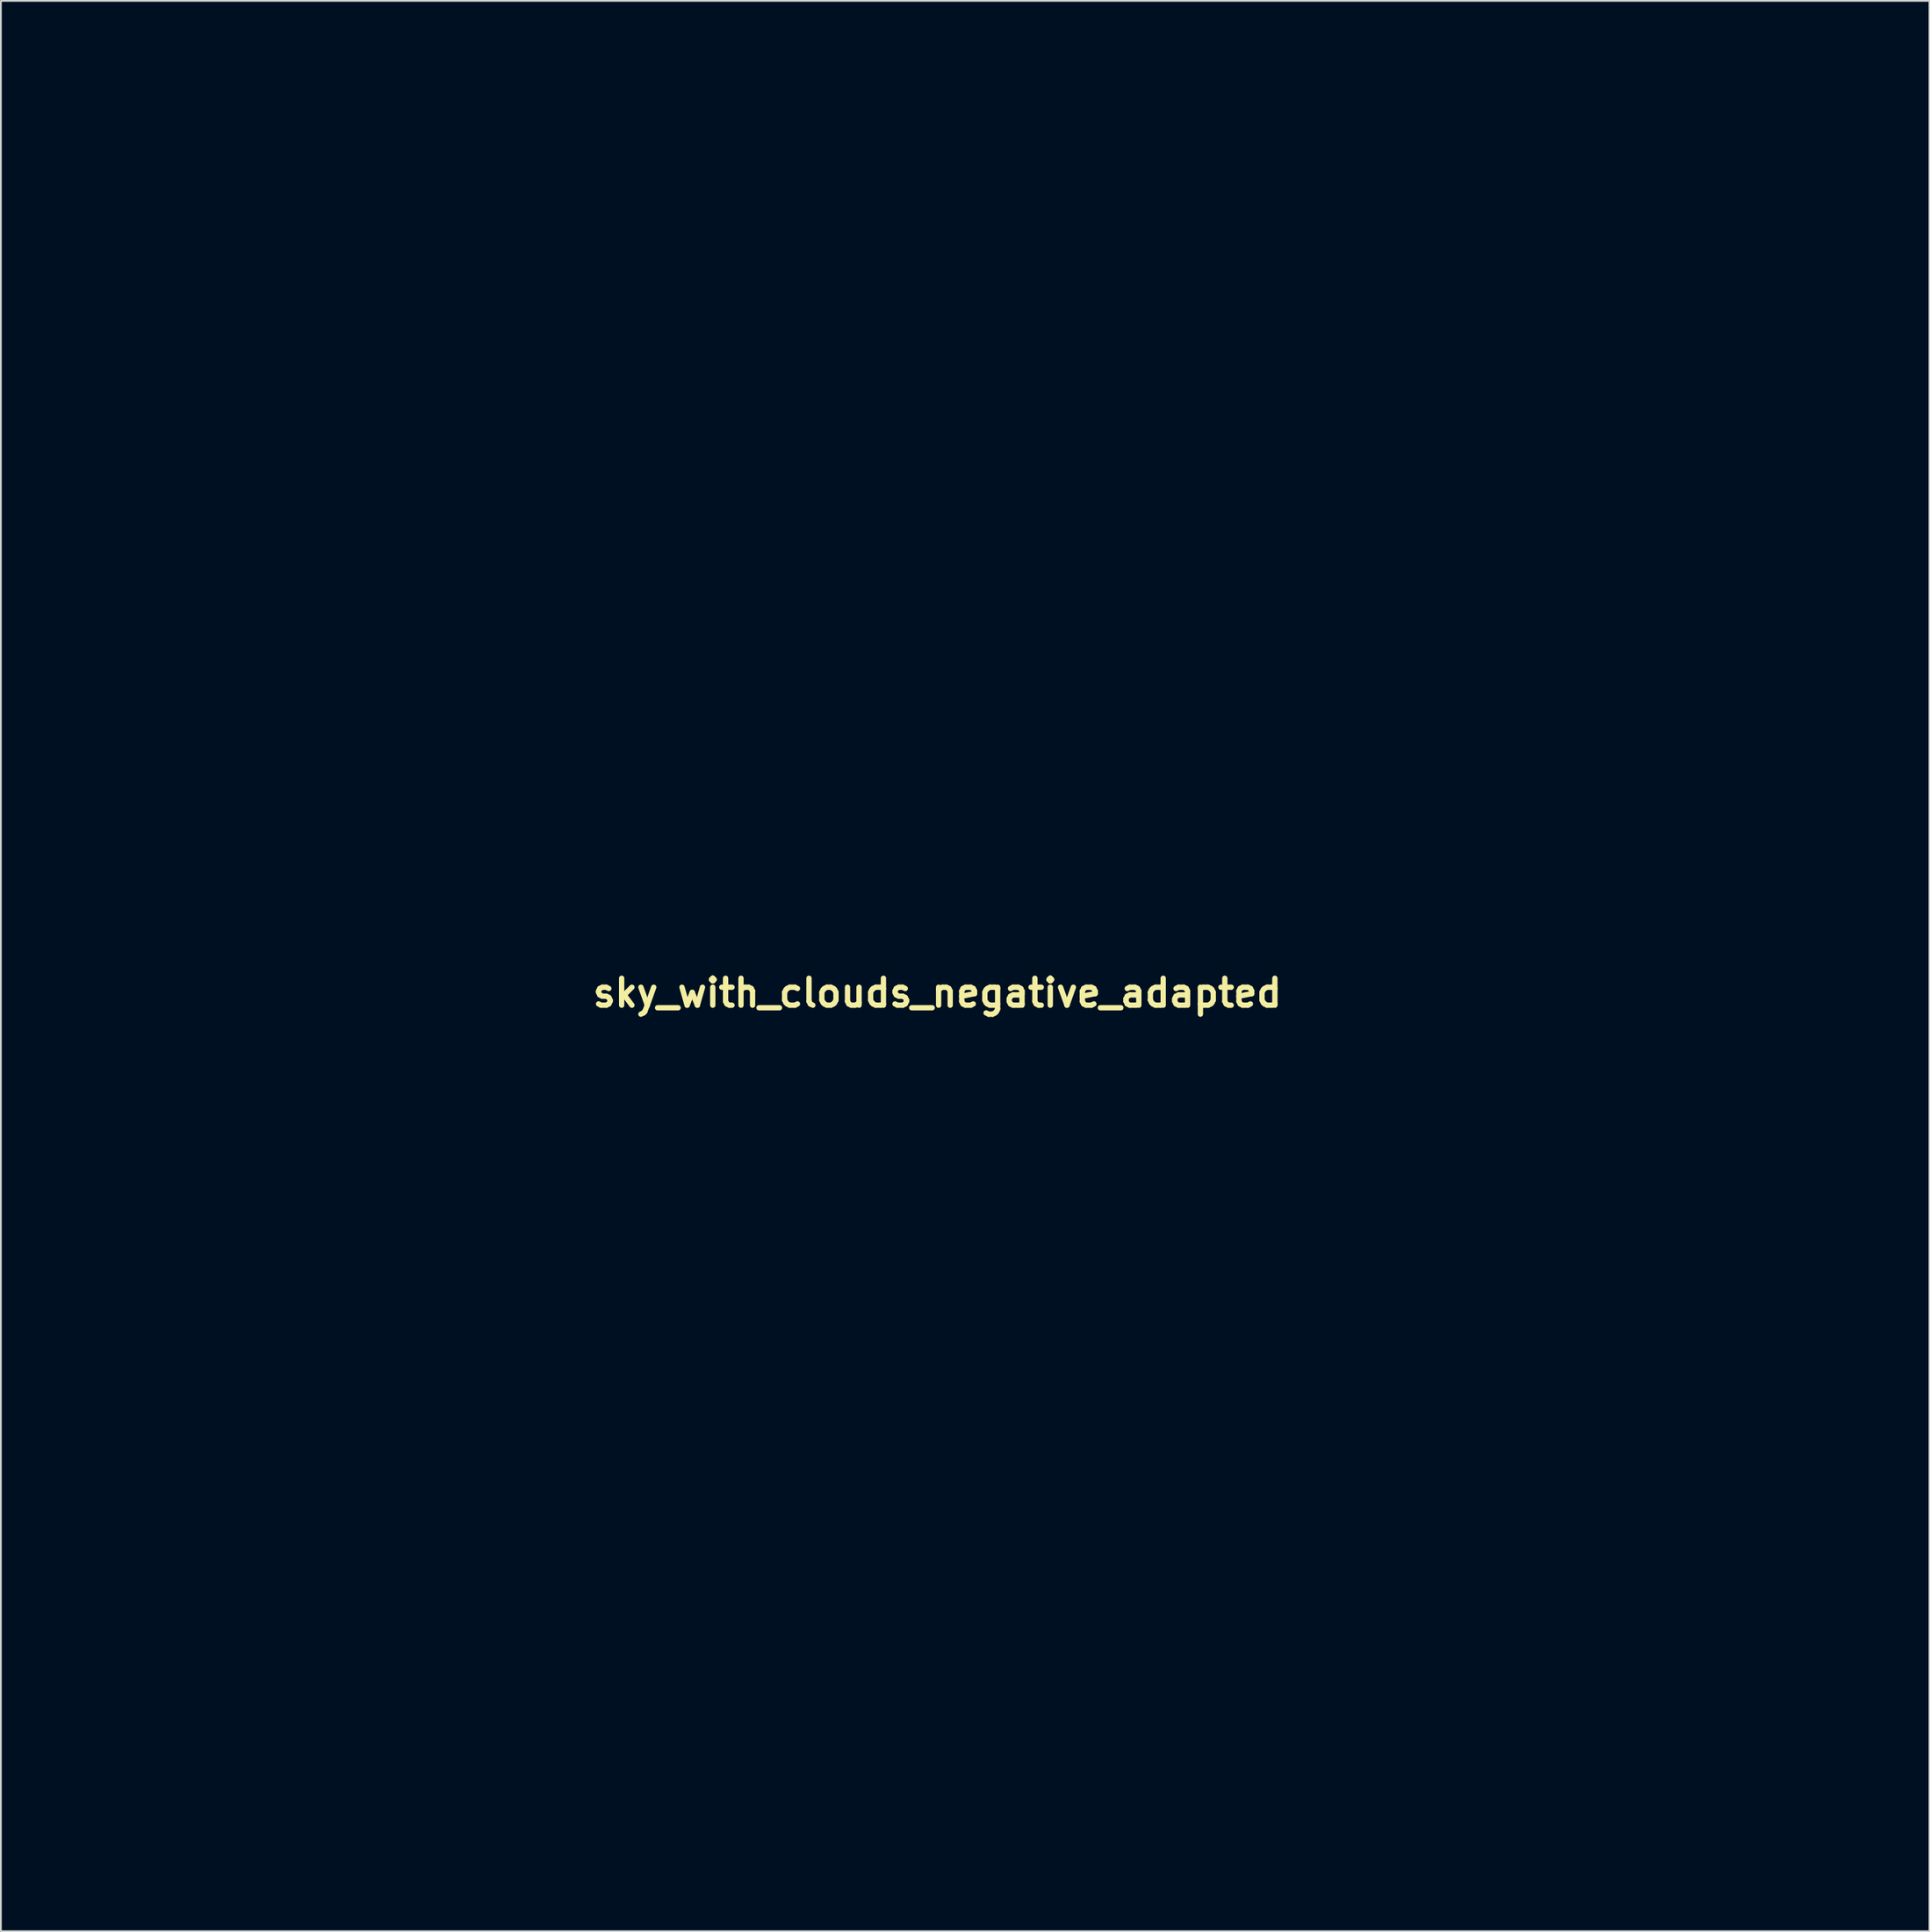
<source format=kicad_pcb>
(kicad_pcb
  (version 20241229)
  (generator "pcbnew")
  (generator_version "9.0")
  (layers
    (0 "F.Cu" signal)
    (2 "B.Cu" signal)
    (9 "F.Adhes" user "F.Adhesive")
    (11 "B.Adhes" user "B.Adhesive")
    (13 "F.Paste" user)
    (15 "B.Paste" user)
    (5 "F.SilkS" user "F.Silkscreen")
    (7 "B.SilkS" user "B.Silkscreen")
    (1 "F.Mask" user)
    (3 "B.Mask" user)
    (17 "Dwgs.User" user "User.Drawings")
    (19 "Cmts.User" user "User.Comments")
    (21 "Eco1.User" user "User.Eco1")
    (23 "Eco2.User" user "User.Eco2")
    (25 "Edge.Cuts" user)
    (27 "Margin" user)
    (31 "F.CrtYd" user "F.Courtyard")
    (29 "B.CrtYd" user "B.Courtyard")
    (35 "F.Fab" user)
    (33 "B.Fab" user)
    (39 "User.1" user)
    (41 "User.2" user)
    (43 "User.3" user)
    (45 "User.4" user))
  (footprint "sky_with_clouds_negative_adapted"
    (layer "F.Cu")
    (at 49.958 53.09)
    (property "Reference" "sky_with_clouds_negative_adapted" (at 0 0 0) (layer "F.SilkS") (effects (font (size 1.524 1.524) (thickness 0.3))))
    (attr through_hole)
    (fp_poly (pts (xy 49.456 49.579) (xy 49.763 49.614) (xy 49.938 49.654) (xy 50.017 49.714) (xy 50.038 49.812) (xy 50.038 49.837) (xy 50.038 50.038) (xy 48.895 50.038) (xy 48.437 50.032) (xy 48.078 50.016) (xy 47.843 49.991) (xy 47.752 49.958) (xy 47.752 49.956) (xy 47.831 49.838) (xy 48.043 49.732) (xy 48.353 49.646) (xy 48.725 49.588) (xy 49.124 49.565) (xy 49.456 49.579)) (stroke (width 0.01) (type solid)) (fill yes) (layer "F.Mask"))
    (fp_poly (pts (xy -49.636 -1.4) (xy -49.046 -1.216) (xy -48.507 -0.905) (xy -48.053 -0.495) (xy -47.721 -0.011) (xy -47.667 0.104) (xy -47.562 0.389) (xy -47.512 0.658) (xy -47.508 0.986) (xy -47.518 1.161) (xy -47.529 1.459) (xy -47.524 1.678) (xy -47.503 1.776) (xy -47.498 1.778) (xy -47.404 1.722) (xy -47.286 1.609) (xy -47.058 1.462) (xy -46.793 1.47) (xy -46.502 1.627) (xy -46.197 1.925) (xy -45.891 2.358) (xy -45.87 2.394) (xy -45.68 2.732) (xy -45.567 2.999) (xy -45.509 3.261) (xy -45.486 3.551) (xy -45.525 4.095) (xy -45.695 4.537) (xy -45.989 4.869) (xy -46.399 5.084) (xy -46.805 5.164) (xy -47.286 5.207) (xy -47.286 5.6) (xy -47.341 5.969) (xy -47.52 6.251) (xy -47.844 6.481) (xy -47.863 6.491) (xy -48.091 6.576) (xy -48.43 6.667) (xy -48.825 6.751) (xy -49.219 6.817) (xy -49.554 6.854) (xy -49.664 6.858) (xy -49.953 6.858) (xy -49.953 -1.458) (xy -49.636 -1.4)) (stroke (width 0.01) (type solid)) (fill yes) (layer "F.Mask"))
    (fp_poly (pts (xy 44.22 47.316) (xy 44.618 47.456) (xy 45.1 47.707) (xy 45.636 48.051) (xy 46.199 48.471) (xy 46.62 48.823) (xy 46.884 49.061) (xy 47.045 49.231) (xy 47.126 49.374) (xy 47.156 49.53) (xy 47.159 49.667) (xy 47.159 50.038) (xy 42.206 50.038) (xy 41.167 50.038) (xy 40.285 50.037) (xy 39.546 50.036) (xy 38.938 50.033) (xy 38.448 50.028) (xy 38.064 50.021) (xy 37.773 50.012) (xy 37.561 49.999) (xy 37.417 49.983) (xy 37.326 49.962) (xy 37.277 49.937) (xy 37.257 49.908) (xy 37.253 49.872) (xy 37.253 49.866) (xy 37.3 49.657) (xy 37.425 49.359) (xy 37.604 49.02) (xy 37.813 48.687) (xy 37.976 48.466) (xy 38.339 48.113) (xy 38.773 47.841) (xy 39.239 47.663) (xy 39.7 47.591) (xy 40.117 47.637) (xy 40.295 47.707) (xy 40.473 47.823) (xy 40.578 47.973) (xy 40.63 48.202) (xy 40.647 48.542) (xy 40.654 48.788) (xy 40.671 48.885) (xy 40.709 48.851) (xy 40.753 48.759) (xy 40.861 48.574) (xy 41.036 48.324) (xy 41.184 48.134) (xy 41.635 47.715) (xy 42.187 47.42) (xy 42.821 47.252) (xy 43.517 47.218) (xy 44.22 47.316)) (stroke (width 0.01) (type solid)) (fill yes) (layer "F.Mask"))
    (fp_poly (pts (xy 13.883 -49.952) (xy 14.862 -49.949) (xy 15.683 -49.943) (xy 16.355 -49.935) (xy 16.883 -49.924) (xy 17.274 -49.911) (xy 17.535 -49.894) (xy 17.671 -49.875) (xy 17.695 -49.861) (xy 17.633 -49.676) (xy 17.465 -49.422) (xy 17.222 -49.131) (xy 16.933 -48.835) (xy 16.63 -48.566) (xy 16.342 -48.357) (xy 16.238 -48.297) (xy 15.858 -48.133) (xy 15.557 -48.094) (xy 15.293 -48.185) (xy 15.024 -48.411) (xy 14.968 -48.472) (xy 14.774 -48.673) (xy 14.62 -48.811) (xy 14.55 -48.853) (xy 14.505 -48.778) (xy 14.48 -48.59) (xy 14.478 -48.517) (xy 14.429 -48.157) (xy 14.298 -47.736) (xy 14.113 -47.323) (xy 13.923 -47.02) (xy 13.687 -46.802) (xy 13.327 -46.623) (xy 13.194 -46.575) (xy 12.905 -46.491) (xy 12.614 -46.438) (xy 12.283 -46.417) (xy 11.874 -46.424) (xy 11.348 -46.457) (xy 11.134 -46.475) (xy 10.683 -46.543) (xy 10.331 -46.682) (xy 10.011 -46.924) (xy 9.832 -47.104) (xy 9.686 -47.325) (xy 9.676 -47.556) (xy 9.676 -47.556) (xy 9.687 -47.832) (xy 9.581 -48.002) (xy 9.343 -48.08) (xy 9.154 -48.091) (xy 8.71 -48.169) (xy 8.329 -48.387) (xy 8.033 -48.719) (xy 7.846 -49.14) (xy 7.791 -49.551) (xy 7.789 -49.953) (xy 12.742 -49.953) (xy 13.883 -49.952)) (stroke (width 0.01) (type solid)) (fill yes) (layer "F.Mask"))
    (fp_poly (pts (xy -5.65 21.995) (xy -5.201 22.161) (xy -4.824 22.419) (xy -4.548 22.758) (xy -4.399 23.167) (xy -4.393 23.21) (xy -4.353 23.425) (xy -4.277 23.52) (xy -4.113 23.544) (xy -4.042 23.545) (xy -3.511 23.607) (xy -3.062 23.803) (xy -2.677 24.124) (xy -2.336 24.59) (xy -2.107 25.143) (xy -1.997 25.741) (xy -2.012 26.341) (xy -2.159 26.9) (xy -2.223 27.04) (xy -2.588 27.639) (xy -3 28.091) (xy -3.401 28.364) (xy -3.739 28.487) (xy -4.005 28.469) (xy -4.228 28.303) (xy -4.333 28.163) (xy -4.483 27.984) (xy -4.597 27.965) (xy -4.68 28.11) (xy -4.734 28.419) (xy -4.735 28.426) (xy -4.869 29.025) (xy -5.134 29.524) (xy -5.527 29.914) (xy -5.59 29.958) (xy -5.908 30.129) (xy -6.251 30.215) (xy -6.657 30.219) (xy -7.164 30.144) (xy -7.335 30.109) (xy -7.845 29.958) (xy -8.206 29.757) (xy -8.431 29.49) (xy -8.537 29.144) (xy -8.549 28.99) (xy -8.561 28.582) (xy -8.9 28.535) (xy -9.283 28.445) (xy -9.555 28.276) (xy -9.768 27.995) (xy -9.808 27.923) (xy -9.923 27.649) (xy -9.981 27.342) (xy -9.995 26.962) (xy -9.984 26.629) (xy -9.941 26.359) (xy -9.848 26.086) (xy -9.688 25.739) (xy -9.675 25.713) (xy -9.413 25.258) (xy -9.161 24.972) (xy -8.917 24.854) (xy -8.693 24.896) (xy -8.548 24.966) (xy -8.494 24.984) (xy -8.473 24.906) (xy -8.447 24.698) (xy -8.422 24.399) (xy -8.414 24.281) (xy -8.312 23.599) (xy -8.095 23.037) (xy -7.757 22.585) (xy -7.292 22.233) (xy -7.146 22.154) (xy -6.65 21.98) (xy -6.142 21.931) (xy -5.65 21.995)) (stroke (width 0.01) (type solid)) (fill yes) (layer "F.Mask"))
    (fp_poly (pts (xy -25.968 -36.166) (xy -25.464 -35.953) (xy -25.021 -35.599) (xy -24.701 -35.21) (xy -24.495 -34.78) (xy -24.386 -34.265) (xy -24.359 -33.868) (xy -24.339 -33.494) (xy -24.297 -33.274) (xy -24.225 -33.194) (xy -24.118 -33.24) (xy -24.065 -33.289) (xy -23.903 -33.348) (xy -23.699 -33.268) (xy -23.475 -33.069) (xy -23.248 -32.77) (xy -23.038 -32.391) (xy -22.945 -32.176) (xy -22.784 -31.608) (xy -22.747 -31.072) (xy -22.828 -30.589) (xy -23.019 -30.181) (xy -23.311 -29.87) (xy -23.697 -29.676) (xy -23.862 -29.639) (xy -24.047 -29.6) (xy -24.142 -29.529) (xy -24.182 -29.377) (xy -24.199 -29.167) (xy -24.289 -28.765) (xy -24.509 -28.45) (xy -24.865 -28.216) (xy -25.363 -28.06) (xy -25.955 -27.981) (xy -26.316 -27.961) (xy -26.573 -27.971) (xy -26.786 -28.021) (xy -27.019 -28.119) (xy -27.051 -28.134) (xy -27.387 -28.348) (xy -27.636 -28.64) (xy -27.819 -29.04) (xy -27.948 -29.549) (xy -28.013 -29.843) (xy -28.078 -30.072) (xy -28.126 -30.18) (xy -28.223 -30.177) (xy -28.385 -30.051) (xy -28.444 -29.99) (xy -28.734 -29.773) (xy -29.051 -29.72) (xy -29.39 -29.829) (xy -29.745 -30.098) (xy -30.074 -30.48) (xy -30.354 -30.87) (xy -30.543 -31.176) (xy -30.657 -31.444) (xy -30.714 -31.719) (xy -30.733 -32.046) (xy -30.734 -32.163) (xy -30.699 -32.752) (xy -30.584 -33.233) (xy -30.37 -33.653) (xy -30.038 -34.061) (xy -30.027 -34.072) (xy -29.791 -34.311) (xy -29.609 -34.454) (xy -29.427 -34.531) (xy -29.187 -34.574) (xy -29.083 -34.585) (xy -28.735 -34.627) (xy -28.522 -34.67) (xy -28.411 -34.73) (xy -28.37 -34.826) (xy -28.363 -34.952) (xy -28.284 -35.296) (xy -28.064 -35.615) (xy -27.733 -35.888) (xy -27.32 -36.094) (xy -26.854 -36.214) (xy -26.549 -36.235) (xy -25.968 -36.166)) (stroke (width 0.01) (type solid)) (fill yes) (layer "F.Mask"))
    (fp_poly (pts (xy 37.399 30.002) (xy 38.192 30.149) (xy 38.913 30.418) (xy 39.537 30.804) (xy 39.624 30.874) (xy 39.911 31.201) (xy 40.109 31.599) (xy 40.204 32.021) (xy 40.186 32.422) (xy 40.09 32.681) (xy 39.983 32.909) (xy 39.991 33.013) (xy 40.117 32.995) (xy 40.358 32.854) (xy 40.484 32.766) (xy 40.712 32.619) (xy 40.903 32.528) (xy 40.97 32.514) (xy 41.187 32.578) (xy 41.469 32.746) (xy 41.778 32.99) (xy 42.076 33.281) (xy 42.247 33.483) (xy 42.451 33.763) (xy 42.569 33.984) (xy 42.629 34.215) (xy 42.657 34.502) (xy 42.666 34.821) (xy 42.637 35.035) (xy 42.556 35.21) (xy 42.496 35.297) (xy 42.163 35.609) (xy 41.718 35.813) (xy 41.188 35.898) (xy 41.1 35.9) (xy 40.739 35.914) (xy 40.521 35.964) (xy 40.42 36.066) (xy 40.412 36.235) (xy 40.427 36.315) (xy 40.424 36.576) (xy 40.288 36.795) (xy 40.01 36.979) (xy 39.583 37.13) (xy 38.998 37.253) (xy 38.725 37.295) (xy 37.874 37.388) (xy 37.153 37.409) (xy 36.536 37.356) (xy 35.998 37.229) (xy 35.983 37.224) (xy 35.649 37.097) (xy 35.336 36.95) (xy 35.147 36.838) (xy 34.921 36.615) (xy 34.731 36.32) (xy 34.604 36.009) (xy 34.57 35.739) (xy 34.579 35.686) (xy 34.595 35.439) (xy 34.517 35.271) (xy 34.395 35.221) (xy 34.267 35.28) (xy 34.081 35.43) (xy 33.951 35.56) (xy 33.746 35.763) (xy 33.573 35.864) (xy 33.363 35.897) (xy 33.258 35.899) (xy 32.67 35.82) (xy 32.063 35.591) (xy 31.462 35.228) (xy 30.894 34.743) (xy 30.747 34.59) (xy 30.55 34.364) (xy 30.445 34.185) (xy 30.403 33.979) (xy 30.395 33.695) (xy 30.433 33.241) (xy 30.564 32.862) (xy 30.812 32.499) (xy 30.975 32.318) (xy 31.366 31.983) (xy 31.819 31.745) (xy 32.364 31.591) (xy 33.033 31.509) (xy 33.101 31.505) (xy 33.987 31.454) (xy 34.043 31.179) (xy 34.11 30.952) (xy 34.193 30.791) (xy 34.193 30.791) (xy 34.39 30.629) (xy 34.703 30.454) (xy 35.085 30.287) (xy 35.485 30.152) (xy 35.706 30.097) (xy 36.562 29.983) (xy 37.399 30.002)) (stroke (width 0.01) (type solid)) (fill yes) (layer "F.Mask"))
    (fp_poly (pts (xy 11.972 20.35) (xy 12.711 20.454) (xy 13.31 20.649) (xy 13.589 20.802) (xy 13.873 21.013) (xy 14.04 21.215) (xy 14.13 21.46) (xy 14.14 21.505) (xy 14.167 21.6) (xy 14.222 21.663) (xy 14.338 21.705) (xy 14.545 21.734) (xy 14.876 21.76) (xy 15.08 21.773) (xy 15.745 21.848) (xy 16.289 21.991) (xy 16.748 22.217) (xy 17.16 22.539) (xy 17.174 22.551) (xy 17.483 22.92) (xy 17.709 23.347) (xy 17.841 23.79) (xy 17.867 24.21) (xy 17.774 24.565) (xy 17.766 24.58) (xy 17.553 24.868) (xy 17.224 25.184) (xy 16.82 25.498) (xy 16.383 25.778) (xy 15.956 25.994) (xy 15.744 26.073) (xy 15.296 26.196) (xy 14.958 26.235) (xy 14.687 26.18) (xy 14.442 26.025) (xy 14.182 25.76) (xy 14.176 25.753) (xy 13.952 25.546) (xy 13.786 25.498) (xy 13.679 25.609) (xy 13.633 25.877) (xy 13.631 25.956) (xy 13.561 26.448) (xy 13.346 26.864) (xy 12.982 27.209) (xy 12.467 27.488) (xy 12.197 27.589) (xy 11.765 27.69) (xy 11.245 27.75) (xy 10.704 27.766) (xy 10.211 27.734) (xy 9.948 27.686) (xy 9.7 27.643) (xy 9.393 27.615) (xy 9.305 27.611) (xy 8.873 27.533) (xy 8.374 27.326) (xy 8.093 27.179) (xy 7.931 27.07) (xy 7.855 26.961) (xy 7.831 26.813) (xy 7.829 26.695) (xy 7.812 26.458) (xy 7.773 26.297) (xy 7.758 26.272) (xy 7.64 26.236) (xy 7.416 26.22) (xy 7.275 26.222) (xy 6.763 26.181) (xy 6.301 26.024) (xy 5.922 25.769) (xy 5.658 25.435) (xy 5.587 25.27) (xy 5.543 24.885) (xy 5.632 24.456) (xy 5.836 24.014) (xy 6.138 23.596) (xy 6.52 23.234) (xy 6.696 23.109) (xy 7.042 22.925) (xy 7.329 22.875) (xy 7.602 22.958) (xy 7.833 23.115) (xy 8.026 23.256) (xy 8.158 23.332) (xy 8.189 23.335) (xy 8.186 23.241) (xy 8.136 23.044) (xy 8.098 22.925) (xy 8.023 22.454) (xy 8.099 21.979) (xy 8.313 21.534) (xy 8.652 21.156) (xy 8.784 21.056) (xy 9.273 20.752) (xy 9.74 20.544) (xy 10.24 20.416) (xy 10.828 20.35) (xy 11.091 20.337) (xy 11.972 20.35)) (stroke (width 0.01) (type solid)) (fill yes) (layer "F.Mask"))
    (fp_poly (pts (xy -17.493 -49.955) (xy -16.502 -49.953) (xy -15.641 -49.95) (xy -14.901 -49.944) (xy -14.273 -49.935) (xy -13.751 -49.923) (xy -13.325 -49.907) (xy -12.988 -49.887) (xy -12.732 -49.861) (xy -12.548 -49.83) (xy -12.429 -49.793) (xy -12.366 -49.749) (xy -12.352 -49.698) (xy -12.378 -49.64) (xy -12.436 -49.573) (xy -12.519 -49.497) (xy -12.618 -49.412) (xy -12.725 -49.317) (xy -12.765 -49.279) (xy -13.145 -48.973) (xy -13.596 -48.73) (xy -14.138 -48.541) (xy -14.794 -48.402) (xy -15.582 -48.306) (xy -16.118 -48.266) (xy -16.691 -48.236) (xy -17.12 -48.225) (xy -17.429 -48.233) (xy -17.641 -48.264) (xy -17.781 -48.318) (xy -17.872 -48.396) (xy -18.024 -48.499) (xy -18.199 -48.46) (xy -18.414 -48.271) (xy -18.557 -48.095) (xy -18.956 -47.692) (xy -19.362 -47.444) (xy -19.555 -47.352) (xy -19.724 -47.287) (xy -19.902 -47.245) (xy -20.124 -47.221) (xy -20.425 -47.211) (xy -20.839 -47.21) (xy -21.167 -47.211) (xy -22.114 -47.246) (xy -22.911 -47.334) (xy -23.555 -47.476) (xy -24.043 -47.67) (xy -24.374 -47.917) (xy -24.519 -48.138) (xy -24.644 -48.354) (xy -24.783 -48.412) (xy -24.953 -48.312) (xy -25.114 -48.127) (xy -25.458 -47.804) (xy -25.945 -47.537) (xy -26.556 -47.337) (xy -26.813 -47.281) (xy -27.437 -47.188) (xy -27.962 -47.175) (xy -28.438 -47.244) (xy -28.871 -47.382) (xy -29.222 -47.514) (xy -29.573 -47.64) (xy -29.803 -47.718) (xy -30.337 -47.93) (xy -30.708 -48.172) (xy -30.92 -48.449) (xy -30.946 -48.514) (xy -31.013 -48.681) (xy -31.103 -48.777) (xy -31.264 -48.831) (xy -31.546 -48.872) (xy -32.137 -48.991) (xy -32.651 -49.186) (xy -33.06 -49.442) (xy -33.336 -49.745) (xy -33.364 -49.793) (xy -33.373 -49.817) (xy -33.368 -49.838) (xy -33.341 -49.857) (xy -33.283 -49.873) (xy -33.185 -49.888) (xy -33.038 -49.901) (xy -32.834 -49.912) (xy -32.564 -49.921) (xy -32.219 -49.929) (xy -31.791 -49.935) (xy -31.271 -49.941) (xy -30.65 -49.945) (xy -29.92 -49.948) (xy -29.072 -49.95) (xy -28.098 -49.952) (xy -26.988 -49.953) (xy -25.734 -49.953) (xy -24.327 -49.953) (xy -22.905 -49.953) (xy -21.318 -49.954) (xy -19.893 -49.954) (xy -18.62 -49.955) (xy -17.493 -49.955)) (stroke (width 0.01) (type solid)) (fill yes) (layer "F.Mask"))
    (fp_poly (pts (xy -47.127 -48.478) (xy -46.684 -48.343) (xy -46.266 -48.065) (xy -45.942 -47.745) (xy -45.746 -47.534) (xy -45.597 -47.384) (xy -45.527 -47.329) (xy -45.485 -47.401) (xy -45.438 -47.577) (xy -45.437 -47.58) (xy -45.328 -47.799) (xy -45.11 -47.9) (xy -44.78 -47.882) (xy -44.336 -47.746) (xy -43.774 -47.492) (xy -43.653 -47.43) (xy -43.076 -47.063) (xy -42.568 -46.613) (xy -42.171 -46.119) (xy -42.034 -45.884) (xy -41.903 -45.636) (xy -41.806 -45.514) (xy -41.702 -45.489) (xy -41.552 -45.537) (xy -41.529 -45.546) (xy -41.299 -45.557) (xy -41.129 -45.496) (xy -40.941 -45.351) (xy -40.709 -45.101) (xy -40.466 -44.791) (xy -40.249 -44.467) (xy -40.092 -44.172) (xy -40.083 -44.151) (xy -39.978 -43.715) (xy -40.001 -43.265) (xy -40.14 -42.845) (xy -40.383 -42.501) (xy -40.572 -42.349) (xy -40.796 -42.235) (xy -40.992 -42.216) (xy -41.183 -42.257) (xy -41.4 -42.301) (xy -41.541 -42.3) (xy -41.557 -42.291) (xy -41.588 -42.182) (xy -41.609 -41.961) (xy -41.613 -41.795) (xy -41.634 -41.488) (xy -41.718 -41.253) (xy -41.891 -41.003) (xy -42.28 -40.597) (xy -42.702 -40.309) (xy -43.127 -40.157) (xy -43.343 -40.138) (xy -43.67 -40.17) (xy -43.993 -40.242) (xy -44.056 -40.263) (xy -44.335 -40.401) (xy -44.616 -40.591) (xy -44.673 -40.638) (xy -44.857 -40.791) (xy -44.986 -40.883) (xy -45.013 -40.894) (xy -45.101 -40.843) (xy -45.266 -40.713) (xy -45.363 -40.63) (xy -45.515 -40.503) (xy -45.646 -40.428) (xy -45.804 -40.393) (xy -46.037 -40.39) (xy -46.39 -40.407) (xy -46.991 -40.484) (xy -47.669 -40.645) (xy -48.363 -40.871) (xy -49.015 -41.146) (xy -49.125 -41.2) (xy -49.397 -41.317) (xy -49.644 -41.39) (xy -49.739 -41.402) (xy -49.953 -41.402) (xy -49.953 -43.85) (xy -49.952 -44.598) (xy -49.946 -45.191) (xy -49.936 -45.643) (xy -49.921 -45.969) (xy -49.901 -46.185) (xy -49.874 -46.303) (xy -49.847 -46.337) (xy -49.784 -46.394) (xy -49.847 -46.488) (xy -49.915 -46.641) (xy -49.948 -46.879) (xy -49.949 -46.943) (xy -49.937 -47.125) (xy -49.887 -47.265) (xy -49.768 -47.403) (xy -49.552 -47.579) (xy -49.42 -47.678) (xy -48.928 -48.022) (xy -48.504 -48.257) (xy -48.107 -48.403) (xy -47.692 -48.48) (xy -47.63 -48.487) (xy -47.127 -48.478)) (stroke (width 0.01) (type solid)) (fill yes) (layer "F.Mask"))
    (fp_poly (pts (xy -42.789 15.665) (xy -42.287 15.854) (xy -41.806 16.184) (xy -41.349 16.627) (xy -40.793 17.23) (xy -40.851 16.792) (xy -40.877 16.529) (xy -40.86 16.381) (xy -40.786 16.293) (xy -40.72 16.253) (xy -40.459 16.194) (xy -40.084 16.219) (xy -39.623 16.32) (xy -39.103 16.49) (xy -38.552 16.722) (xy -38.054 16.976) (xy -37.587 17.298) (xy -37.092 17.754) (xy -36.595 18.318) (xy -36.481 18.464) (xy -36.338 18.641) (xy -36.246 18.699) (xy -36.152 18.656) (xy -36.082 18.595) (xy -35.905 18.493) (xy -35.703 18.497) (xy -35.455 18.616) (xy -35.143 18.858) (xy -34.875 19.106) (xy -34.505 19.487) (xy -34.256 19.811) (xy -34.109 20.112) (xy -34.044 20.426) (xy -34.036 20.612) (xy -34.078 21.007) (xy -34.223 21.326) (xy -34.494 21.614) (xy -34.673 21.751) (xy -35.072 22.038) (xy -35.514 21.899) (xy -35.836 21.801) (xy -36.025 21.773) (xy -36.113 21.834) (xy -36.128 22.005) (xy -36.103 22.294) (xy -36.048 22.83) (xy -36.46 23.185) (xy -36.777 23.427) (xy -37.148 23.668) (xy -37.373 23.793) (xy -37.833 23.975) (xy -38.281 24.036) (xy -38.767 23.978) (xy -39.144 23.872) (xy -39.459 23.748) (xy -39.745 23.599) (xy -39.884 23.503) (xy -40.158 23.304) (xy -40.374 23.237) (xy -40.578 23.298) (xy -40.757 23.433) (xy -40.959 23.581) (xy -41.185 23.67) (xy -41.5 23.722) (xy -41.598 23.732) (xy -42.157 23.736) (xy -42.829 23.662) (xy -43.582 23.516) (xy -44.382 23.304) (xy -45.196 23.035) (xy -45.486 22.925) (xy -45.832 22.797) (xy -46.059 22.736) (xy -46.198 22.736) (xy -46.26 22.767) (xy -46.344 22.924) (xy -46.341 23.015) (xy -46.371 23.178) (xy -46.484 23.327) (xy -46.581 23.398) (xy -46.707 23.445) (xy -46.896 23.471) (xy -47.182 23.483) (xy -47.599 23.482) (xy -47.677 23.482) (xy -48.344 23.455) (xy -48.94 23.393) (xy -49.32 23.322) (xy -49.953 23.173) (xy -49.953 17.465) (xy -49.401 17.284) (xy -48.793 17.137) (xy -48.208 17.113) (xy -47.605 17.216) (xy -46.943 17.45) (xy -46.887 17.474) (xy -46.572 17.611) (xy -46.59 17.3) (xy -46.587 17.117) (xy -46.532 16.976) (xy -46.392 16.828) (xy -46.186 16.661) (xy -45.622 16.287) (xy -44.994 15.973) (xy -44.364 15.747) (xy -43.984 15.662) (xy -43.344 15.605) (xy -42.789 15.665)) (stroke (width 0.01) (type solid)) (fill yes) (layer "F.Mask"))
    (fp_poly (pts (xy 45.444 -28.255) (xy 45.864 -28.125) (xy 46.266 -27.948) (xy 46.372 -27.89) (xy 46.581 -27.743) (xy 46.866 -27.511) (xy 47.183 -27.228) (xy 47.403 -27.019) (xy 47.728 -26.687) (xy 47.945 -26.433) (xy 48.074 -26.231) (xy 48.136 -26.049) (xy 48.138 -26.04) (xy 48.221 -25.787) (xy 48.362 -25.68) (xy 48.586 -25.708) (xy 48.755 -25.778) (xy 49.021 -25.872) (xy 49.359 -25.946) (xy 49.551 -25.971) (xy 50.038 -26.016) (xy 50.038 -22.427) (xy 50.038 -18.838) (xy 49.382 -18.542) (xy 49.004 -18.383) (xy 48.691 -18.29) (xy 48.36 -18.243) (xy 48.006 -18.225) (xy 47.605 -18.228) (xy 47.251 -18.257) (xy 47.004 -18.306) (xy 46.993 -18.31) (xy 46.745 -18.456) (xy 46.651 -18.627) (xy 46.596 -18.761) (xy 46.479 -18.83) (xy 46.249 -18.861) (xy 46.217 -18.864) (xy 45.939 -18.852) (xy 45.578 -18.799) (xy 45.211 -18.715) (xy 45.204 -18.713) (xy 44.806 -18.625) (xy 44.274 -18.544) (xy 43.643 -18.474) (xy 43.2 -18.438) (xy 42.366 -18.394) (xy 41.671 -18.399) (xy 41.088 -18.459) (xy 40.592 -18.58) (xy 40.157 -18.768) (xy 39.758 -19.03) (xy 39.381 -19.358) (xy 39.148 -19.591) (xy 39.015 -19.753) (xy 38.959 -19.89) (xy 38.958 -20.048) (xy 38.97 -20.152) (xy 39.032 -20.412) (xy 39.126 -20.618) (xy 39.151 -20.651) (xy 39.259 -20.828) (xy 39.278 -20.988) (xy 39.206 -21.077) (xy 39.171 -21.082) (xy 39.014 -21.055) (xy 38.799 -20.992) (xy 38.467 -20.959) (xy 38.151 -21.072) (xy 37.897 -21.31) (xy 37.818 -21.444) (xy 37.719 -21.79) (xy 37.683 -22.231) (xy 37.711 -22.707) (xy 37.802 -23.156) (xy 37.831 -23.247) (xy 38.048 -23.718) (xy 38.352 -24.161) (xy 38.713 -24.548) (xy 39.101 -24.848) (xy 39.486 -25.033) (xy 39.707 -25.077) (xy 39.944 -25.105) (xy 40.069 -25.171) (xy 40.137 -25.316) (xy 40.16 -25.4) (xy 40.386 -26.103) (xy 40.676 -26.725) (xy 41.015 -27.243) (xy 41.388 -27.633) (xy 41.663 -27.817) (xy 42.049 -27.937) (xy 42.416 -27.904) (xy 42.734 -27.721) (xy 42.763 -27.693) (xy 42.92 -27.505) (xy 43.005 -27.344) (xy 43.011 -27.312) (xy 43.048 -27.193) (xy 43.164 -27.217) (xy 43.361 -27.384) (xy 43.491 -27.521) (xy 43.877 -27.874) (xy 44.312 -28.151) (xy 44.738 -28.313) (xy 44.766 -28.319) (xy 45.06 -28.325) (xy 45.444 -28.255)) (stroke (width 0.01) (type solid)) (fill yes) (layer "F.Mask"))
    (fp_poly (pts (xy -43.833 32.151) (xy -43.13 32.34) (xy -42.5 32.664) (xy -42.468 32.685) (xy -42.183 32.873) (xy -42.001 32.976) (xy -41.888 33.004) (xy -41.809 32.968) (xy -41.743 32.895) (xy -41.534 32.767) (xy -41.195 32.709) (xy -40.749 32.718) (xy -40.22 32.794) (xy -39.631 32.934) (xy -39.062 33.115) (xy -38.646 33.278) (xy -38.342 33.434) (xy -38.097 33.615) (xy -37.944 33.762) (xy -37.734 33.968) (xy -37.593 34.069) (xy -37.479 34.084) (xy -37.368 34.046) (xy -37.015 33.959) (xy -36.612 34.004) (xy -36.136 34.185) (xy -36.08 34.213) (xy -35.623 34.494) (xy -35.306 34.822) (xy -35.102 35.231) (xy -35.047 35.417) (xy -34.974 35.661) (xy -34.901 35.766) (xy -34.81 35.764) (xy -34.808 35.764) (xy -34.393 35.672) (xy -33.887 35.722) (xy -33.289 35.913) (xy -32.851 36.114) (xy -32.421 36.386) (xy -32.15 36.694) (xy -32.034 37.016) (xy -32.049 37.392) (xy -32.222 37.715) (xy -32.55 37.984) (xy -33.027 38.196) (xy -33.651 38.348) (xy -34.289 38.428) (xy -34.617 38.46) (xy -34.818 38.5) (xy -34.935 38.564) (xy -35.012 38.668) (xy -35.038 38.721) (xy -35.181 38.887) (xy -35.433 39.071) (xy -35.743 39.246) (xy -36.057 39.382) (xy -36.324 39.451) (xy -36.38 39.455) (xy -36.6 39.485) (xy -36.797 39.543) (xy -37.775 39.825) (xy -38.793 39.949) (xy -39.833 39.914) (xy -40.875 39.721) (xy -41.444 39.546) (xy -41.948 39.3) (xy -42.266 39.03) (xy -42.456 38.842) (xy -42.609 38.72) (xy -42.668 38.693) (xy -42.755 38.762) (xy -42.868 38.936) (xy -42.904 39.008) (xy -43.034 39.203) (xy -43.236 39.365) (xy -43.535 39.505) (xy -43.955 39.636) (xy -44.488 39.761) (xy -44.801 39.809) (xy -45.246 39.85) (xy -45.782 39.883) (xy -46.371 39.908) (xy -46.975 39.923) (xy -47.554 39.927) (xy -48.071 39.918) (xy -48.485 39.896) (xy -48.56 39.889) (xy -48.879 39.835) (xy -49.162 39.752) (xy -49.298 39.688) (xy -49.53 39.58) (xy -49.739 39.539) (xy -49.953 39.539) (xy -49.953 36.407) (xy -49.953 35.597) (xy -49.952 34.94) (xy -49.949 34.42) (xy -49.943 34.022) (xy -49.934 33.728) (xy -49.92 33.524) (xy -49.9 33.392) (xy -49.874 33.318) (xy -49.841 33.284) (xy -49.8 33.274) (xy -49.78 33.274) (xy -49.532 33.33) (xy -49.221 33.478) (xy -48.9 33.692) (xy -48.826 33.751) (xy -48.588 33.949) (xy -48.129 33.453) (xy -47.528 32.927) (xy -46.818 32.524) (xy -46.013 32.249) (xy -45.126 32.108) (xy -44.632 32.089) (xy -43.833 32.151)) (stroke (width 0.01) (type solid)) (fill yes) (layer "F.Mask"))
    (fp_poly (pts (xy -28.101 -10.221) (xy -27.709 -10.156) (xy -27.355 -10.025) (xy -27.015 -9.809) (xy -26.661 -9.491) (xy -26.269 -9.052) (xy -26.006 -8.724) (xy -25.91 -8.616) (xy -25.812 -8.573) (xy -25.677 -8.602) (xy -25.471 -8.71) (xy -25.164 -8.902) (xy -24.785 -9.049) (xy -24.337 -9.073) (xy -23.867 -8.973) (xy -23.654 -8.885) (xy -23.24 -8.62) (xy -22.769 -8.199) (xy -22.243 -7.625) (xy -21.666 -6.9) (xy -21.227 -6.298) (xy -21.022 -6.031) (xy -20.841 -5.871) (xy -20.633 -5.777) (xy -20.527 -5.747) (xy -20.142 -5.579) (xy -19.929 -5.391) (xy -19.802 -5.216) (xy -19.743 -5.042) (xy -19.735 -4.8) (xy -19.744 -4.647) (xy -19.852 -4.141) (xy -20.083 -3.712) (xy -20.421 -3.391) (xy -20.553 -3.313) (xy -21.106 -3.065) (xy -21.694 -2.858) (xy -22.288 -2.698) (xy -22.857 -2.59) (xy -23.372 -2.539) (xy -23.803 -2.551) (xy -24.12 -2.631) (xy -24.184 -2.667) (xy -24.412 -2.817) (xy -24.783 -2.387) (xy -25.163 -1.995) (xy -25.541 -1.725) (xy -25.955 -1.562) (xy -26.439 -1.494) (xy -27.031 -1.51) (xy -27.263 -1.532) (xy -28.039 -1.645) (xy -28.654 -1.8) (xy -29.11 -1.997) (xy -29.41 -2.239) (xy -29.537 -2.458) (xy -29.609 -2.632) (xy -29.664 -2.709) (xy -29.666 -2.709) (xy -29.741 -2.654) (xy -29.903 -2.507) (xy -30.119 -2.297) (xy -30.166 -2.251) (xy -30.498 -1.952) (xy -30.804 -1.76) (xy -31.081 -1.654) (xy -31.635 -1.516) (xy -32.093 -1.473) (xy -32.501 -1.524) (xy -32.724 -1.594) (xy -33.009 -1.712) (xy -33.37 -1.879) (xy -33.735 -2.06) (xy -33.782 -2.084) (xy -34.115 -2.269) (xy -34.333 -2.423) (xy -34.477 -2.582) (xy -34.586 -2.778) (xy -34.753 -3.051) (xy -34.939 -3.176) (xy -34.967 -3.182) (xy -35.609 -3.36) (xy -36.098 -3.606) (xy -36.434 -3.921) (xy -36.619 -4.306) (xy -36.661 -4.639) (xy -36.585 -5.015) (xy -36.38 -5.399) (xy -36.08 -5.751) (xy -35.72 -6.034) (xy -35.334 -6.209) (xy -35.233 -6.232) (xy -34.971 -6.297) (xy -34.808 -6.403) (xy -34.704 -6.594) (xy -34.625 -6.874) (xy -34.506 -7.21) (xy -34.301 -7.52) (xy -34.125 -7.717) (xy -33.896 -7.941) (xy -33.722 -8.066) (xy -33.549 -8.12) (xy -33.353 -8.131) (xy -33.108 -8.149) (xy -32.947 -8.224) (xy -32.798 -8.396) (xy -32.752 -8.461) (xy -32.384 -8.868) (xy -31.917 -9.198) (xy -31.395 -9.429) (xy -30.862 -9.54) (xy -30.521 -9.536) (xy -30.259 -9.512) (xy -30.075 -9.53) (xy -29.904 -9.611) (xy -29.681 -9.776) (xy -29.628 -9.817) (xy -29.272 -10.058) (xy -28.921 -10.195) (xy -28.518 -10.241) (xy -28.101 -10.221)) (stroke (width 0.01) (type solid)) (fill yes) (layer "F.Mask"))
    (fp_poly (pts (xy 7.406 -0.796) (xy 7.869 -0.64) (xy 8.31 -0.367) (xy 8.69 0.001) (xy 8.772 0.108) (xy 9.09 0.55) (xy 9.163 0.254) (xy 9.322 -0.094) (xy 9.58 -0.319) (xy 9.914 -0.414) (xy 10.3 -0.369) (xy 10.623 -0.23) (xy 11.042 0.097) (xy 11.408 0.577) (xy 11.725 1.212) (xy 11.993 2.007) (xy 12.017 2.095) (xy 12.086 2.318) (xy 12.171 2.419) (xy 12.324 2.444) (xy 12.446 2.441) (xy 12.822 2.508) (xy 13.213 2.734) (xy 13.608 3.107) (xy 13.821 3.371) (xy 14.126 3.818) (xy 14.325 4.204) (xy 14.433 4.583) (xy 14.47 5.008) (xy 14.465 5.3) (xy 14.446 5.655) (xy 14.414 5.889) (xy 14.356 6.049) (xy 14.258 6.183) (xy 14.181 6.263) (xy 13.947 6.446) (xy 13.689 6.525) (xy 13.355 6.51) (xy 13.187 6.48) (xy 12.958 6.458) (xy 12.872 6.52) (xy 12.924 6.673) (xy 13.039 6.835) (xy 13.18 7.149) (xy 13.208 7.429) (xy 13.19 7.681) (xy 13.112 7.864) (xy 12.939 8.055) (xy 12.89 8.1) (xy 12.295 8.559) (xy 11.651 8.879) (xy 10.938 9.066) (xy 10.135 9.127) (xy 9.663 9.111) (xy 8.554 9.011) (xy 7.48 8.86) (xy 7.239 8.818) (xy 6.689 8.722) (xy 6.282 8.653) (xy 5.993 8.609) (xy 5.8 8.587) (xy 5.677 8.586) (xy 5.602 8.602) (xy 5.55 8.633) (xy 5.537 8.643) (xy 5.441 8.802) (xy 5.419 8.934) (xy 5.396 9.063) (xy 5.309 9.153) (xy 5.133 9.214) (xy 4.84 9.253) (xy 4.404 9.281) (xy 4.403 9.281) (xy 4.019 9.293) (xy 3.735 9.275) (xy 3.485 9.219) (xy 3.2 9.114) (xy 3.14 9.089) (xy 2.579 8.794) (xy 2.165 8.447) (xy 1.902 8.055) (xy 1.797 7.625) (xy 1.854 7.167) (xy 1.857 7.158) (xy 1.954 6.792) (xy 1.976 6.557) (xy 1.921 6.428) (xy 1.785 6.384) (xy 1.778 6.383) (xy 1.572 6.371) (xy 1.463 6.362) (xy 1.331 6.266) (xy 1.208 6.028) (xy 1.1 5.674) (xy 1.014 5.23) (xy 0.956 4.724) (xy 0.932 4.183) (xy 0.931 4.118) (xy 1.005 3.356) (xy 1.219 2.634) (xy 1.49 2.104) (xy 1.789 1.776) (xy 2.173 1.583) (xy 2.619 1.529) (xy 3.1 1.62) (xy 3.29 1.695) (xy 3.607 1.824) (xy 3.81 1.857) (xy 3.93 1.785) (xy 3.997 1.6) (xy 4.015 1.504) (xy 4.056 1.332) (xy 4.133 1.17) (xy 4.269 0.987) (xy 4.488 0.753) (xy 4.806 0.442) (xy 5.437 -0.104) (xy 6.029 -0.494) (xy 6.594 -0.735) (xy 6.964 -0.816) (xy 7.406 -0.796)) (stroke (width 0.01) (type solid)) (fill yes) (layer "F.Mask"))
    (fp_poly (pts (xy -31.905 -24.511) (xy -31.297 -24.377) (xy -30.709 -24.097) (xy -30.12 -23.661) (xy -30.064 -23.611) (xy -29.797 -23.357) (xy -29.644 -23.165) (xy -29.582 -23.002) (xy -29.577 -22.933) (xy -29.577 -22.69) (xy -29.025 -22.898) (xy -28.711 -23.004) (xy -28.43 -23.079) (xy -28.251 -23.106) (xy -27.764 -23.025) (xy -27.297 -22.798) (xy -26.881 -22.449) (xy -26.545 -22.001) (xy -26.372 -21.637) (xy -26.251 -21.287) (xy -26.202 -21.044) (xy -26.22 -20.862) (xy -26.305 -20.694) (xy -26.323 -20.667) (xy -26.384 -20.565) (xy -26.386 -20.473) (xy -26.312 -20.356) (xy -26.142 -20.18) (xy -25.991 -20.035) (xy -25.663 -19.671) (xy -25.482 -19.325) (xy -25.434 -18.957) (xy -25.502 -18.551) (xy -25.686 -18.106) (xy -25.994 -17.722) (xy -26.442 -17.381) (xy -26.822 -17.172) (xy -27.647 -16.849) (xy -28.487 -16.691) (xy -28.908 -16.671) (xy -29.261 -16.697) (xy -29.561 -16.767) (xy -29.768 -16.869) (xy -29.842 -16.975) (xy -29.866 -17.145) (xy -29.873 -17.179) (xy -29.904 -17.342) (xy -29.905 -17.348) (xy -29.955 -17.418) (xy -30.094 -17.416) (xy -30.34 -17.336) (xy -30.687 -17.188) (xy -31.464 -16.871) (xy -32.188 -16.643) (xy -32.846 -16.507) (xy -33.419 -16.465) (xy -33.893 -16.517) (xy -34.252 -16.668) (xy -34.348 -16.743) (xy -34.524 -16.882) (xy -34.677 -16.907) (xy -34.856 -16.813) (xy -35.014 -16.685) (xy -35.409 -16.417) (xy -35.84 -16.244) (xy -36.267 -16.173) (xy -36.649 -16.213) (xy -36.868 -16.311) (xy -37.073 -16.447) (xy -37.338 -16.621) (xy -37.461 -16.702) (xy -37.707 -16.879) (xy -37.912 -17.055) (xy -37.978 -17.125) (xy -38.098 -17.393) (xy -38.118 -17.737) (xy -38.041 -18.074) (xy -37.989 -18.261) (xy -38.031 -18.349) (xy -38.189 -18.351) (xy -38.43 -18.296) (xy -38.692 -18.241) (xy -38.887 -18.255) (xy -39.105 -18.345) (xy -39.126 -18.356) (xy -39.455 -18.595) (xy -39.665 -18.922) (xy -39.764 -19.359) (xy -39.776 -19.634) (xy -39.753 -20.019) (xy -39.673 -20.331) (xy -39.514 -20.613) (xy -39.252 -20.905) (xy -38.921 -21.201) (xy -38.637 -21.435) (xy -38.44 -21.572) (xy -38.29 -21.634) (xy -38.15 -21.639) (xy -38.082 -21.629) (xy -37.922 -21.611) (xy -37.806 -21.65) (xy -37.691 -21.777) (xy -37.54 -22.011) (xy -37.038 -22.667) (xy -36.4 -23.221) (xy -35.787 -23.594) (xy -35.299 -23.813) (xy -34.877 -23.934) (xy -34.536 -23.958) (xy -34.294 -23.885) (xy -34.165 -23.715) (xy -34.149 -23.597) (xy -34.132 -23.468) (xy -34.112 -23.444) (xy -34.039 -23.5) (xy -33.879 -23.647) (xy -33.664 -23.856) (xy -33.616 -23.903) (xy -33.215 -24.247) (xy -32.818 -24.45) (xy -32.373 -24.529) (xy -31.905 -24.511)) (stroke (width 0.01) (type solid)) (fill yes) (layer "F.Mask"))
    (fp_poly (pts (xy 45.3 -53.045) (xy 45.715 -52.912) (xy 46.097 -52.664) (xy 46.187 -52.588) (xy 46.37 -52.439) (xy 46.526 -52.367) (xy 46.723 -52.352) (xy 46.985 -52.372) (xy 47.544 -52.348) (xy 48.108 -52.182) (xy 48.635 -51.895) (xy 49.08 -51.506) (xy 49.231 -51.319) (xy 49.398 -51.118) (xy 49.56 -51.028) (xy 49.788 -51.007) (xy 50.071 -50.968) (xy 50.323 -50.873) (xy 50.346 -50.858) (xy 50.617 -50.608) (xy 50.863 -50.253) (xy 51.044 -49.855) (xy 51.093 -49.686) (xy 51.188 -49.364) (xy 51.309 -49.183) (xy 51.48 -49.111) (xy 51.561 -49.106) (xy 51.88 -49.036) (xy 52.23 -48.851) (xy 52.567 -48.585) (xy 52.845 -48.272) (xy 52.992 -48.016) (xy 53.101 -47.578) (xy 53.073 -47.147) (xy 52.982 -46.898) (xy 52.742 -46.59) (xy 52.39 -46.326) (xy 51.981 -46.143) (xy 51.739 -46.09) (xy 51.456 -46.039) (xy 51.275 -45.955) (xy 51.14 -45.794) (xy 51.012 -45.552) (xy 50.921 -45.406) (xy 50.781 -45.269) (xy 50.562 -45.119) (xy 50.236 -44.936) (xy 49.98 -44.803) (xy 49.091 -44.348) (xy 48.318 -44.381) (xy 47.943 -44.401) (xy 47.683 -44.433) (xy 47.481 -44.494) (xy 47.284 -44.599) (xy 47.061 -44.747) (xy 46.786 -44.955) (xy 46.547 -45.164) (xy 46.41 -45.315) (xy 46.243 -45.491) (xy 46.101 -45.542) (xy 46.014 -45.465) (xy 46 -45.372) (xy 45.921 -45.15) (xy 45.699 -44.926) (xy 45.36 -44.719) (xy 44.931 -44.549) (xy 44.908 -44.542) (xy 44.531 -44.457) (xy 44.071 -44.398) (xy 43.573 -44.366) (xy 43.08 -44.362) (xy 42.639 -44.386) (xy 42.292 -44.439) (xy 42.148 -44.485) (xy 41.969 -44.6) (xy 41.723 -44.801) (xy 41.456 -45.049) (xy 41.397 -45.109) (xy 40.9 -45.617) (xy 40.607 -45.495) (xy 40.281 -45.421) (xy 39.838 -45.41) (xy 39.316 -45.457) (xy 38.753 -45.557) (xy 38.189 -45.706) (xy 37.799 -45.842) (xy 37.346 -46.024) (xy 37.021 -46.172) (xy 36.793 -46.31) (xy 36.631 -46.459) (xy 36.502 -46.642) (xy 36.395 -46.843) (xy 36.219 -47.325) (xy 36.188 -47.753) (xy 36.299 -48.114) (xy 36.546 -48.392) (xy 36.925 -48.573) (xy 36.976 -48.587) (xy 37.313 -48.726) (xy 37.546 -48.957) (xy 37.773 -49.267) (xy 38.064 -49.644) (xy 38.39 -50.053) (xy 38.72 -50.456) (xy 39.025 -50.816) (xy 39.274 -51.099) (xy 39.379 -51.208) (xy 39.845 -51.586) (xy 40.342 -51.826) (xy 40.846 -51.922) (xy 41.331 -51.869) (xy 41.64 -51.744) (xy 41.885 -51.606) (xy 42.089 -51.484) (xy 42.135 -51.454) (xy 42.248 -51.406) (xy 42.354 -51.452) (xy 42.5 -51.616) (xy 42.516 -51.637) (xy 42.966 -52.175) (xy 43.375 -52.573) (xy 43.768 -52.845) (xy 44.171 -53.009) (xy 44.608 -53.079) (xy 44.792 -53.085) (xy 45.3 -53.045)) (stroke (width 0.01) (type solid)) (fill yes) (layer "F.Mask"))
    (fp_poly (pts (xy 43.886 9.8) (xy 44.439 9.88) (xy 44.979 9.99) (xy 45.449 10.119) (xy 45.577 10.164) (xy 45.892 10.304) (xy 46.267 10.503) (xy 46.669 10.742) (xy 47.068 10.998) (xy 47.434 11.253) (xy 47.733 11.484) (xy 47.937 11.672) (xy 48.006 11.77) (xy 48.113 11.985) (xy 48.235 12.099) (xy 48.415 12.124) (xy 48.694 12.072) (xy 48.854 12.029) (xy 49.195 11.94) (xy 49.522 11.861) (xy 49.721 11.819) (xy 50.038 11.761) (xy 50.038 18.528) (xy 49.45 18.662) (xy 49.142 18.71) (xy 48.716 18.748) (xy 48.214 18.774) (xy 47.678 18.788) (xy 47.152 18.789) (xy 46.677 18.776) (xy 46.297 18.749) (xy 46.101 18.719) (xy 45.918 18.648) (xy 45.864 18.524) (xy 45.867 18.478) (xy 45.872 18.372) (xy 45.85 18.29) (xy 45.785 18.232) (xy 45.659 18.197) (xy 45.456 18.185) (xy 45.158 18.193) (xy 44.749 18.223) (xy 44.211 18.273) (xy 43.527 18.342) (xy 43.265 18.37) (xy 42.878 18.414) (xy 42.54 18.459) (xy 42.297 18.499) (xy 42.206 18.52) (xy 42.043 18.549) (xy 41.765 18.573) (xy 41.427 18.588) (xy 41.36 18.589) (xy 41.025 18.598) (xy 40.573 18.614) (xy 40.057 18.636) (xy 39.527 18.66) (xy 39.365 18.669) (xy 38.422 18.687) (xy 37.544 18.646) (xy 36.757 18.548) (xy 36.087 18.396) (xy 35.656 18.239) (xy 35.389 18.128) (xy 35.174 18.053) (xy 35.081 18.034) (xy 34.943 17.998) (xy 34.715 17.904) (xy 34.543 17.822) (xy 34.171 17.583) (xy 33.952 17.33) (xy 33.888 17.075) (xy 33.982 16.831) (xy 34.238 16.611) (xy 34.247 16.606) (xy 34.479 16.436) (xy 34.559 16.303) (xy 34.503 16.217) (xy 34.327 16.189) (xy 34.045 16.228) (xy 33.795 16.302) (xy 33.31 16.384) (xy 32.82 16.304) (xy 32.596 16.211) (xy 32.271 15.961) (xy 32.062 15.621) (xy 31.973 15.224) (xy 32.003 14.804) (xy 32.154 14.395) (xy 32.427 14.028) (xy 32.507 13.954) (xy 33.096 13.47) (xy 33.606 13.108) (xy 34.06 12.857) (xy 34.479 12.703) (xy 34.792 12.643) (xy 35.043 12.622) (xy 35.197 12.657) (xy 35.328 12.779) (xy 35.437 12.922) (xy 35.594 13.133) (xy 35.714 13.291) (xy 35.746 13.33) (xy 35.779 13.3) (xy 35.796 13.139) (xy 35.795 12.949) (xy 35.854 12.415) (xy 36.058 11.894) (xy 36.384 11.405) (xy 36.805 10.966) (xy 37.3 10.596) (xy 37.842 10.314) (xy 38.409 10.138) (xy 38.976 10.087) (xy 39.43 10.153) (xy 39.757 10.269) (xy 39.945 10.425) (xy 40.026 10.663) (xy 40.03 10.987) (xy 40.033 11.3) (xy 40.081 11.46) (xy 40.166 11.463) (xy 40.283 11.305) (xy 40.335 11.2) (xy 40.604 10.801) (xy 41.012 10.446) (xy 41.533 10.147) (xy 42.139 9.921) (xy 42.803 9.782) (xy 42.975 9.763) (xy 43.379 9.758) (xy 43.886 9.8)) (stroke (width 0.01) (type solid)) (fill yes) (layer "F.Mask"))
    (fp_poly (pts (xy -8.15 -21.324) (xy -7.693 -21.258) (xy -7.675 -21.254) (xy -7.23 -21.119) (xy -6.76 -20.899) (xy -6.226 -20.575) (xy -6.093 -20.486) (xy -5.761 -20.253) (xy -5.555 -20.077) (xy -5.454 -19.93) (xy -5.439 -19.785) (xy -5.483 -19.629) (xy -5.538 -19.459) (xy -5.516 -19.409) (xy -5.435 -19.432) (xy -4.958 -19.622) (xy -4.596 -19.754) (xy -4.31 -19.836) (xy -4.06 -19.878) (xy -3.808 -19.89) (xy -3.556 -19.883) (xy -2.938 -19.797) (xy -2.412 -19.591) (xy -1.937 -19.247) (xy -1.876 -19.191) (xy -1.612 -18.885) (xy -1.401 -18.534) (xy -1.255 -18.176) (xy -1.188 -17.846) (xy -1.211 -17.582) (xy -1.281 -17.464) (xy -1.342 -17.309) (xy -1.24 -17.139) (xy -0.981 -16.959) (xy -0.939 -16.937) (xy -0.599 -16.682) (xy -0.349 -16.334) (xy -0.205 -15.935) (xy -0.183 -15.528) (xy -0.289 -15.172) (xy -0.513 -14.864) (xy -0.839 -14.555) (xy -1.21 -14.3) (xy -1.312 -14.246) (xy -2.195 -13.871) (xy -3.054 -13.635) (xy -3.948 -13.525) (xy -4.657 -13.516) (xy -5.126 -13.544) (xy -5.449 -13.6) (xy -5.647 -13.695) (xy -5.741 -13.837) (xy -5.757 -13.963) (xy -5.784 -14.16) (xy -5.846 -14.269) (xy -5.956 -14.263) (xy -6.189 -14.204) (xy -6.509 -14.104) (xy -6.841 -13.986) (xy -7.81 -13.67) (xy -8.771 -13.444) (xy -9.68 -13.318) (xy -10.237 -13.293) (xy -10.605 -13.296) (xy -10.85 -13.313) (xy -11.018 -13.356) (xy -11.155 -13.435) (xy -11.29 -13.547) (xy -11.526 -13.729) (xy -11.711 -13.784) (xy -11.905 -13.713) (xy -12.109 -13.563) (xy -12.552 -13.289) (xy -13.071 -13.099) (xy -13.615 -13.004) (xy -14.13 -13.014) (xy -14.423 -13.082) (xy -14.761 -13.235) (xy -15.11 -13.454) (xy -15.441 -13.714) (xy -15.726 -13.988) (xy -15.937 -14.251) (xy -16.047 -14.475) (xy -16.049 -14.591) (xy -15.995 -14.809) (xy -15.946 -15.045) (xy -15.897 -15.315) (xy -16.436 -15.152) (xy -16.976 -14.988) (xy -17.357 -15.259) (xy -17.645 -15.476) (xy -17.826 -15.66) (xy -17.937 -15.865) (xy -18.017 -16.144) (xy -18.036 -16.232) (xy -18.084 -16.525) (xy -18.073 -16.738) (xy -17.998 -16.951) (xy -17.984 -16.98) (xy -17.774 -17.318) (xy -17.468 -17.686) (xy -17.118 -18.032) (xy -16.772 -18.302) (xy -16.648 -18.376) (xy -16.412 -18.492) (xy -16.257 -18.529) (xy -16.12 -18.495) (xy -16.038 -18.454) (xy -15.888 -18.386) (xy -15.783 -18.403) (xy -15.665 -18.525) (xy -15.588 -18.627) (xy -15.056 -19.247) (xy -14.458 -19.755) (xy -13.763 -20.172) (xy -12.941 -20.52) (xy -12.776 -20.577) (xy -12.195 -20.744) (xy -11.747 -20.809) (xy -11.433 -20.771) (xy -11.251 -20.631) (xy -11.2 -20.387) (xy -11.214 -20.271) (xy -11.229 -20.038) (xy -11.17 -19.953) (xy -11.053 -20.019) (xy -10.918 -20.199) (xy -10.669 -20.51) (xy -10.325 -20.817) (xy -9.947 -21.077) (xy -9.591 -21.244) (xy -9.541 -21.259) (xy -9.145 -21.325) (xy -8.658 -21.347) (xy -8.15 -21.324)) (stroke (width 0.01) (type solid)) (fill yes) (layer "F.Mask"))
    (fp_poly (pts (xy -5.646 -43.272) (xy -5.079 -43.055) (xy -4.559 -42.725) (xy -4.124 -42.305) (xy -3.813 -41.821) (xy -3.795 -41.78) (xy -3.734 -41.651) (xy -3.699 -41.628) (xy -3.678 -41.73) (xy -3.663 -41.977) (xy -3.659 -42.047) (xy -3.601 -42.451) (xy -3.461 -42.724) (xy -3.215 -42.892) (xy -2.855 -42.979) (xy -2.594 -42.996) (xy -2.359 -42.957) (xy -2.078 -42.845) (xy -1.976 -42.796) (xy -1.435 -42.467) (xy -0.988 -42.047) (xy -0.619 -41.514) (xy -0.31 -40.845) (xy -0.206 -40.555) (xy -0.079 -40.228) (xy 0.028 -40.062) (xy 0.095 -40.04) (xy 0.421 -40.111) (xy 0.703 -40.098) (xy 1.003 -39.99) (xy 1.289 -39.833) (xy 1.678 -39.56) (xy 2.063 -39.218) (xy 2.411 -38.844) (xy 2.689 -38.475) (xy 2.863 -38.146) (xy 2.887 -38.072) (xy 2.955 -37.686) (xy 2.971 -37.265) (xy 2.937 -36.87) (xy 2.856 -36.559) (xy 2.82 -36.487) (xy 2.602 -36.219) (xy 2.315 -36.061) (xy 1.939 -36.009) (xy 1.454 -36.057) (xy 1.164 -36.118) (xy 0.983 -36.122) (xy 0.932 -36.027) (xy 1.01 -35.841) (xy 1.16 -35.64) (xy 1.358 -35.308) (xy 1.388 -34.987) (xy 1.252 -34.685) (xy 1.096 -34.522) (xy 0.842 -34.333) (xy 0.577 -34.176) (xy 0.52 -34.149) (xy 0.256 -34.018) (xy -0.028 -33.854) (xy -0.073 -33.825) (xy -0.41 -33.669) (xy -0.878 -33.542) (xy -1.442 -33.449) (xy -2.066 -33.396) (xy -2.714 -33.388) (xy -2.937 -33.397) (xy -3.66 -33.443) (xy -4.392 -33.501) (xy -5.086 -33.568) (xy -5.693 -33.638) (xy -6.054 -33.69) (xy -6.704 -33.789) (xy -7.268 -33.866) (xy -7.72 -33.92) (xy -8.036 -33.946) (xy -8.107 -33.949) (xy -8.293 -33.936) (xy -8.368 -33.857) (xy -8.382 -33.661) (xy -8.382 -33.661) (xy -8.388 -33.518) (xy -8.423 -33.417) (xy -8.513 -33.349) (xy -8.685 -33.305) (xy -8.964 -33.275) (xy -9.376 -33.25) (xy -9.567 -33.24) (xy -10.217 -33.229) (xy -10.733 -33.269) (xy -10.922 -33.304) (xy -11.384 -33.441) (xy -11.846 -33.629) (xy -12.262 -33.844) (xy -12.586 -34.065) (xy -12.72 -34.194) (xy -12.95 -34.582) (xy -13.013 -35) (xy -12.922 -35.418) (xy -12.837 -35.683) (xy -12.789 -35.911) (xy -12.785 -35.966) (xy -12.802 -36.086) (xy -12.887 -36.126) (xy -13.086 -36.106) (xy -13.103 -36.104) (xy -13.347 -36.09) (xy -13.509 -36.159) (xy -13.579 -36.226) (xy -13.732 -36.482) (xy -13.864 -36.87) (xy -13.967 -37.351) (xy -14.032 -37.889) (xy -14.052 -38.364) (xy -14.049 -38.756) (xy -14.029 -39.039) (xy -13.978 -39.269) (xy -13.886 -39.505) (xy -13.756 -39.775) (xy -13.473 -40.262) (xy -13.173 -40.607) (xy -12.826 -40.837) (xy -12.437 -40.971) (xy -12.18 -41.024) (xy -11.969 -41.037) (xy -11.741 -41.005) (xy -11.431 -40.924) (xy -11.341 -40.897) (xy -10.906 -40.771) (xy -10.607 -40.692) (xy -10.416 -40.663) (xy -10.306 -40.685) (xy -10.249 -40.76) (xy -10.217 -40.889) (xy -10.204 -40.966) (xy -10.15 -41.167) (xy -10.041 -41.352) (xy -9.849 -41.562) (xy -9.624 -41.767) (xy -8.824 -42.4) (xy -8.052 -42.871) (xy -7.301 -43.18) (xy -6.568 -43.332) (xy -6.222 -43.349) (xy -5.646 -43.272)) (stroke (width 0.01) (type solid)) (fill yes) (layer "F.Mask"))
    (fp_poly (pts (xy -17.739 5.487) (xy -17.299 5.571) (xy -16.915 5.737) (xy -16.532 6.001) (xy -16.402 6.11) (xy -16.207 6.269) (xy -16.081 6.331) (xy -15.964 6.309) (xy -15.838 6.24) (xy -15.573 6.136) (xy -15.306 6.096) (xy -14.892 6.146) (xy -14.41 6.282) (xy -13.904 6.482) (xy -13.423 6.726) (xy -13.012 6.992) (xy -12.718 7.259) (xy -12.699 7.283) (xy -12.533 7.474) (xy -12.393 7.56) (xy -12.206 7.57) (xy -12.07 7.557) (xy -11.647 7.59) (xy -11.239 7.767) (xy -10.877 8.065) (xy -10.589 8.459) (xy -10.41 8.913) (xy -10.33 9.188) (xy -10.233 9.34) (xy -10.069 9.41) (xy -9.788 9.439) (xy -9.774 9.44) (xy -9.37 9.521) (xy -8.946 9.698) (xy -8.547 9.942) (xy -8.218 10.225) (xy -8.006 10.517) (xy -7.992 10.549) (xy -7.912 10.832) (xy -7.874 11.143) (xy -7.874 11.17) (xy -7.955 11.53) (xy -8.184 11.856) (xy -8.541 12.132) (xy -9.007 12.344) (xy -9.561 12.479) (xy -9.738 12.502) (xy -10.026 12.539) (xy -10.196 12.59) (xy -10.294 12.682) (xy -10.369 12.834) (xy -10.547 13.091) (xy -10.836 13.339) (xy -11.185 13.539) (xy -11.446 13.632) (xy -11.669 13.703) (xy -11.977 13.818) (xy -12.277 13.942) (xy -12.516 14.041) (xy -12.724 14.108) (xy -12.942 14.149) (xy -13.214 14.17) (xy -13.581 14.177) (xy -13.935 14.177) (xy -14.394 14.173) (xy -14.722 14.161) (xy -14.955 14.136) (xy -15.13 14.093) (xy -15.285 14.025) (xy -15.416 13.951) (xy -15.703 13.753) (xy -16.003 13.503) (xy -16.125 13.384) (xy -16.326 13.195) (xy -16.492 13.069) (xy -16.565 13.039) (xy -16.676 13.105) (xy -16.804 13.267) (xy -16.815 13.284) (xy -17.033 13.513) (xy -17.403 13.73) (xy -17.907 13.927) (xy -18.203 14.014) (xy -18.524 14.075) (xy -18.965 14.125) (xy -19.48 14.162) (xy -20.021 14.183) (xy -20.539 14.188) (xy -20.988 14.173) (xy -21.251 14.147) (xy -21.717 14.015) (xy -22.201 13.769) (xy -22.643 13.442) (xy -22.921 13.154) (xy -23.177 12.836) (xy -23.421 13) (xy -23.548 13.073) (xy -23.698 13.118) (xy -23.908 13.142) (xy -24.215 13.148) (xy -24.638 13.14) (xy -25.565 13.065) (xy -26.534 12.882) (xy -27.577 12.584) (xy -28.062 12.417) (xy -28.372 12.249) (xy -28.686 11.989) (xy -28.937 11.699) (xy -29.003 11.591) (xy -29.087 11.32) (xy -29.121 10.98) (xy -29.104 10.647) (xy -29.034 10.401) (xy -28.876 10.239) (xy -28.611 10.085) (xy -28.3 9.965) (xy -28.002 9.909) (xy -27.964 9.908) (xy -27.825 9.889) (xy -27.682 9.821) (xy -27.505 9.683) (xy -27.267 9.453) (xy -27.033 9.207) (xy -26.36 8.511) (xy -25.773 7.942) (xy -25.256 7.489) (xy -24.793 7.141) (xy -24.37 6.89) (xy -23.973 6.724) (xy -23.585 6.634) (xy -23.241 6.608) (xy -22.658 6.66) (xy -22.183 6.83) (xy -21.894 7.032) (xy -21.696 7.184) (xy -21.534 7.271) (xy -21.494 7.279) (xy -21.383 7.214) (xy -21.218 7.05) (xy -21.088 6.891) (xy -20.544 6.307) (xy -19.884 5.847) (xy -19.594 5.7) (xy -19.321 5.586) (xy -19.071 5.516) (xy -18.786 5.479) (xy -18.405 5.466) (xy -18.288 5.465) (xy -17.739 5.487)) (stroke (width 0.01) (type solid)) (fill yes) (layer "F.Mask"))
    (fp_poly (pts (xy -14.912 37.542) (xy -14.214 37.774) (xy -13.607 38.135) (xy -13.21 38.499) (xy -12.975 38.727) (xy -12.82 38.808) (xy -12.74 38.738) (xy -12.732 38.519) (xy -12.747 38.393) (xy -12.774 38.161) (xy -12.748 38.043) (xy -12.647 37.986) (xy -12.577 37.966) (xy -12.266 37.94) (xy -11.834 37.977) (xy -11.314 38.068) (xy -10.739 38.206) (xy -10.141 38.382) (xy -9.555 38.589) (xy -9.012 38.819) (xy -8.975 38.837) (xy -8.573 39.053) (xy -8.218 39.309) (xy -7.847 39.65) (xy -7.739 39.76) (xy -7.138 40.381) (xy -6.956 40.172) (xy -6.763 40.013) (xy -6.541 39.977) (xy -6.259 40.063) (xy -6.019 40.19) (xy -5.39 40.595) (xy -4.911 40.984) (xy -4.588 41.353) (xy -4.424 41.697) (xy -4.403 41.859) (xy -4.466 42.239) (xy -4.663 42.555) (xy -5.01 42.826) (xy -5.21 42.934) (xy -5.745 43.197) (xy -6.286 43.062) (xy -6.692 42.969) (xy -6.969 42.928) (xy -7.102 42.94) (xy -7.112 42.958) (xy -7.082 43.049) (xy -7.009 43.237) (xy -6.978 43.31) (xy -6.899 43.525) (xy -6.897 43.664) (xy -6.976 43.807) (xy -7.006 43.849) (xy -7.213 44.054) (xy -7.536 44.285) (xy -7.931 44.516) (xy -8.354 44.719) (xy -8.532 44.79) (xy -8.933 44.89) (xy -9.437 44.942) (xy -9.98 44.945) (xy -10.504 44.899) (xy -10.86 44.827) (xy -11.173 44.714) (xy -11.52 44.551) (xy -11.687 44.456) (xy -12.033 44.27) (xy -12.282 44.206) (xy -12.451 44.26) (xy -12.526 44.356) (xy -12.663 44.496) (xy -12.876 44.609) (xy -12.88 44.61) (xy -13.128 44.66) (xy -13.502 44.69) (xy -13.96 44.701) (xy -14.46 44.693) (xy -14.96 44.667) (xy -15.418 44.623) (xy -15.719 44.577) (xy -16.081 44.515) (xy -16.42 44.47) (xy -16.667 44.45) (xy -16.687 44.45) (xy -16.945 44.422) (xy -17.267 44.351) (xy -17.449 44.296) (xy -17.878 44.163) (xy -18.31 44.046) (xy -18.71 43.954) (xy -19.042 43.894) (xy -19.268 43.874) (xy -19.334 43.883) (xy -19.448 44.002) (xy -19.473 44.111) (xy -19.503 44.239) (xy -19.602 44.335) (xy -19.791 44.404) (xy -20.087 44.449) (xy -20.508 44.474) (xy -21.073 44.482) (xy -21.336 44.482) (xy -21.99 44.47) (xy -22.531 44.439) (xy -23.014 44.378) (xy -23.49 44.279) (xy -24.013 44.133) (xy -24.633 43.931) (xy -24.699 43.909) (xy -25.262 43.676) (xy -25.72 43.403) (xy -26.058 43.104) (xy -26.262 42.794) (xy -26.316 42.485) (xy -26.301 42.395) (xy -26.146 42.074) (xy -25.86 41.759) (xy -25.48 41.488) (xy -25.384 41.436) (xy -24.967 41.225) (xy -25.022 40.859) (xy -25.028 40.482) (xy -24.95 40.246) (xy -24.729 39.936) (xy -24.399 39.61) (xy -24.01 39.309) (xy -23.61 39.076) (xy -23.491 39.024) (xy -23.245 38.934) (xy -23.011 38.876) (xy -22.743 38.843) (xy -22.394 38.829) (xy -21.971 38.827) (xy -21.501 38.835) (xy -21.148 38.856) (xy -20.86 38.899) (xy -20.585 38.971) (xy -20.327 39.059) (xy -20.028 39.161) (xy -19.797 39.229) (xy -19.673 39.253) (xy -19.664 39.25) (xy -19.671 39.158) (xy -19.72 39.044) (xy -19.794 38.869) (xy -19.812 38.781) (xy -19.738 38.671) (xy -19.536 38.517) (xy -19.235 38.338) (xy -18.865 38.149) (xy -18.457 37.97) (xy -18.34 37.923) (xy -17.414 37.628) (xy -16.525 37.467) (xy -15.687 37.439) (xy -14.912 37.542)) (stroke (width 0.01) (type solid)) (fill yes) (layer "F.Mask"))
    (fp_poly (pts (xy 36.948 -9.765) (xy 37.727 -9.613) (xy 38.479 -9.343) (xy 39.176 -8.96) (xy 39.794 -8.466) (xy 39.933 -8.326) (xy 40.283 -7.954) (xy 40.539 -8.169) (xy 41.066 -8.505) (xy 41.672 -8.699) (xy 42.346 -8.752) (xy 43.076 -8.667) (xy 43.85 -8.444) (xy 44.657 -8.084) (xy 45.351 -7.678) (xy 45.611 -7.505) (xy 45.872 -7.321) (xy 46.159 -7.108) (xy 46.498 -6.844) (xy 46.916 -6.511) (xy 47.43 -6.094) (xy 47.659 -5.941) (xy 47.936 -5.83) (xy 48.316 -5.741) (xy 48.431 -5.72) (xy 48.889 -5.624) (xy 49.209 -5.514) (xy 49.425 -5.373) (xy 49.568 -5.182) (xy 49.611 -5.088) (xy 49.677 -4.757) (xy 49.588 -4.431) (xy 49.438 -4.201) (xy 49.23 -4) (xy 48.937 -3.795) (xy 48.617 -3.619) (xy 48.324 -3.502) (xy 48.16 -3.472) (xy 47.905 -3.439) (xy 47.694 -3.378) (xy 47.509 -3.323) (xy 47.207 -3.249) (xy 46.837 -3.169) (xy 46.609 -3.124) (xy 46.207 -3.047) (xy 45.829 -2.974) (xy 45.531 -2.916) (xy 45.424 -2.895) (xy 45.207 -2.87) (xy 44.868 -2.852) (xy 44.452 -2.843) (xy 44.006 -2.845) (xy 44.003 -2.845) (xy 43.507 -2.858) (xy 43.152 -2.882) (xy 42.91 -2.921) (xy 42.751 -2.976) (xy 42.715 -2.997) (xy 42.496 -3.109) (xy 42.317 -3.102) (xy 42.125 -2.965) (xy 42.032 -2.872) (xy 41.643 -2.559) (xy 41.134 -2.287) (xy 40.554 -2.078) (xy 39.95 -1.953) (xy 39.878 -1.945) (xy 39.166 -1.9) (xy 38.371 -1.904) (xy 37.54 -1.952) (xy 36.722 -2.04) (xy 35.966 -2.164) (xy 35.32 -2.319) (xy 35.212 -2.352) (xy 34.928 -2.459) (xy 34.754 -2.582) (xy 34.633 -2.763) (xy 34.607 -2.815) (xy 34.49 -3.013) (xy 34.378 -3.124) (xy 34.349 -3.133) (xy 34.233 -3.076) (xy 34.051 -2.93) (xy 33.915 -2.8) (xy 33.69 -2.601) (xy 33.47 -2.457) (xy 33.369 -2.415) (xy 33.159 -2.355) (xy 32.875 -2.26) (xy 32.724 -2.205) (xy 31.956 -1.994) (xy 31.12 -1.892) (xy 30.28 -1.905) (xy 29.506 -2.031) (xy 28.779 -2.22) (xy 28.198 -2.378) (xy 27.745 -2.514) (xy 27.402 -2.635) (xy 27.149 -2.748) (xy 26.968 -2.861) (xy 26.84 -2.98) (xy 26.748 -3.113) (xy 26.745 -3.118) (xy 26.59 -3.297) (xy 26.35 -3.408) (xy 25.994 -3.462) (xy 25.69 -3.471) (xy 25.329 -3.514) (xy 24.91 -3.628) (xy 24.493 -3.79) (xy 24.138 -3.978) (xy 23.938 -4.132) (xy 23.734 -4.443) (xy 23.681 -4.791) (xy 23.783 -5.135) (xy 23.841 -5.228) (xy 23.994 -5.373) (xy 24.253 -5.556) (xy 24.57 -5.743) (xy 24.679 -5.8) (xy 25.046 -5.975) (xy 25.328 -6.078) (xy 25.587 -6.127) (xy 25.861 -6.138) (xy 26.155 -6.131) (xy 26.389 -6.114) (xy 26.49 -6.096) (xy 26.582 -6.132) (xy 26.675 -6.316) (xy 26.737 -6.509) (xy 26.938 -6.968) (xy 27.262 -7.345) (xy 27.729 -7.659) (xy 27.886 -7.738) (xy 28.318 -7.905) (xy 28.662 -7.949) (xy 28.946 -7.872) (xy 29.033 -7.819) (xy 29.151 -7.747) (xy 29.248 -7.746) (xy 29.367 -7.833) (xy 29.554 -8.028) (xy 29.561 -8.036) (xy 29.909 -8.329) (xy 30.364 -8.592) (xy 30.891 -8.815) (xy 31.456 -8.99) (xy 32.023 -9.108) (xy 32.555 -9.159) (xy 33.018 -9.134) (xy 33.377 -9.024) (xy 33.382 -9.021) (xy 33.69 -8.856) (xy 34.073 -9.131) (xy 34.703 -9.483) (xy 35.41 -9.704) (xy 36.167 -9.797) (xy 36.948 -9.765)) (stroke (width 0.01) (type solid)) (fill yes) (layer "F.Mask"))
    (fp_poly (pts (xy 20.864 -22.628) (xy 21.475 -22.558) (xy 22.039 -22.424) (xy 22.616 -22.214) (xy 23.199 -21.945) (xy 23.58 -21.749) (xy 23.829 -21.599) (xy 23.97 -21.478) (xy 24.028 -21.368) (xy 24.031 -21.353) (xy 24.011 -21.145) (xy 23.955 -21.033) (xy 23.883 -20.904) (xy 23.954 -20.862) (xy 24.168 -20.906) (xy 24.506 -21.028) (xy 25.303 -21.273) (xy 26.097 -21.376) (xy 26.867 -21.341) (xy 27.589 -21.169) (xy 28.242 -20.864) (xy 28.705 -20.52) (xy 29.023 -20.175) (xy 29.234 -19.821) (xy 29.322 -19.49) (xy 29.292 -19.255) (xy 29.247 -19.101) (xy 29.268 -18.983) (xy 29.378 -18.869) (xy 29.603 -18.729) (xy 29.777 -18.633) (xy 30.144 -18.372) (xy 30.411 -18.055) (xy 30.551 -17.72) (xy 30.565 -17.584) (xy 30.49 -17.342) (xy 30.287 -17.067) (xy 29.982 -16.786) (xy 29.606 -16.528) (xy 29.351 -16.393) (xy 28.759 -16.147) (xy 28.138 -15.96) (xy 27.452 -15.826) (xy 26.666 -15.737) (xy 25.808 -15.69) (xy 25.205 -15.673) (xy 24.749 -15.669) (xy 24.417 -15.681) (xy 24.189 -15.707) (xy 24.052 -15.745) (xy 23.871 -15.839) (xy 23.782 -15.922) (xy 23.781 -15.928) (xy 23.762 -16.079) (xy 23.76 -16.099) (xy 23.691 -16.247) (xy 23.517 -16.309) (xy 23.225 -16.286) (xy 22.801 -16.178) (xy 22.034 -15.969) (xy 21.212 -15.782) (xy 20.377 -15.626) (xy 19.573 -15.507) (xy 18.845 -15.432) (xy 18.29 -15.41) (xy 17.788 -15.425) (xy 17.415 -15.473) (xy 17.135 -15.565) (xy 16.91 -15.707) (xy 16.852 -15.757) (xy 16.676 -15.906) (xy 16.547 -15.954) (xy 16.387 -15.916) (xy 16.276 -15.871) (xy 16.037 -15.755) (xy 15.851 -15.636) (xy 15.83 -15.618) (xy 15.547 -15.447) (xy 15.135 -15.308) (xy 14.631 -15.212) (xy 14.073 -15.166) (xy 13.885 -15.164) (xy 13.521 -15.171) (xy 13.213 -15.185) (xy 13.007 -15.204) (xy 12.954 -15.215) (xy 12.774 -15.301) (xy 12.505 -15.453) (xy 12.189 -15.644) (xy 11.868 -15.847) (xy 11.584 -16.037) (xy 11.38 -16.186) (xy 11.31 -16.248) (xy 11.215 -16.408) (xy 11.198 -16.618) (xy 11.257 -16.921) (xy 11.309 -17.096) (xy 11.339 -17.239) (xy 11.279 -17.259) (xy 11.211 -17.235) (xy 11.046 -17.189) (xy 10.775 -17.131) (xy 10.482 -17.08) (xy 10.167 -17.036) (xy 9.951 -17.033) (xy 9.767 -17.078) (xy 9.548 -17.181) (xy 9.522 -17.194) (xy 9.096 -17.479) (xy 8.827 -17.803) (xy 8.718 -18.157) (xy 8.772 -18.534) (xy 8.886 -18.769) (xy 9.054 -18.975) (xy 9.321 -19.223) (xy 9.65 -19.489) (xy 10.008 -19.747) (xy 10.358 -19.973) (xy 10.667 -20.142) (xy 10.898 -20.229) (xy 10.953 -20.235) (xy 11.085 -20.172) (xy 11.235 -20.019) (xy 11.244 -20.007) (xy 11.41 -19.778) (xy 11.992 -20.376) (xy 12.365 -20.734) (xy 12.719 -21.004) (xy 13.126 -21.237) (xy 13.293 -21.319) (xy 13.834 -21.555) (xy 14.414 -21.766) (xy 15 -21.946) (xy 15.563 -22.088) (xy 16.073 -22.183) (xy 16.499 -22.225) (xy 16.811 -22.206) (xy 16.884 -22.185) (xy 17.049 -22.097) (xy 17.085 -21.972) (xy 17.065 -21.864) (xy 16.984 -21.512) (xy 16.951 -21.296) (xy 16.963 -21.19) (xy 17.005 -21.167) (xy 17.134 -21.226) (xy 17.181 -21.273) (xy 17.481 -21.63) (xy 17.736 -21.887) (xy 17.996 -22.085) (xy 18.31 -22.265) (xy 18.44 -22.33) (xy 18.712 -22.462) (xy 18.925 -22.551) (xy 19.126 -22.606) (xy 19.359 -22.635) (xy 19.667 -22.646) (xy 20.096 -22.648) (xy 20.146 -22.648) (xy 20.864 -22.628)) (stroke (width 0.01) (type solid)) (fill yes) (layer "F.Mask"))
    (fp_poly (pts (xy 13.407 34.247) (xy 14.124 34.386) (xy 14.762 34.61) (xy 15.301 34.907) (xy 15.718 35.263) (xy 15.993 35.668) (xy 16.008 35.701) (xy 16.152 35.961) (xy 16.279 36.063) (xy 16.368 36.02) (xy 16.401 35.843) (xy 16.358 35.544) (xy 16.345 35.493) (xy 16.293 35.176) (xy 16.349 34.957) (xy 16.529 34.793) (xy 16.609 34.748) (xy 17.067 34.602) (xy 17.588 34.586) (xy 18.143 34.689) (xy 18.701 34.902) (xy 19.232 35.213) (xy 19.705 35.612) (xy 19.975 35.923) (xy 20.326 36.475) (xy 20.515 36.988) (xy 20.542 37.465) (xy 20.54 37.486) (xy 20.529 37.737) (xy 20.577 37.837) (xy 20.671 37.779) (xy 20.775 37.613) (xy 20.977 37.305) (xy 21.202 37.147) (xy 21.478 37.122) (xy 21.56 37.134) (xy 22.021 37.271) (xy 22.524 37.505) (xy 23.029 37.809) (xy 23.498 38.155) (xy 23.892 38.518) (xy 24.171 38.87) (xy 24.221 38.959) (xy 24.337 39.305) (xy 24.381 39.701) (xy 24.348 40.071) (xy 24.295 40.235) (xy 24.111 40.473) (xy 23.815 40.684) (xy 23.467 40.831) (xy 23.283 40.871) (xy 22.904 40.866) (xy 22.452 40.771) (xy 22.429 40.765) (xy 22.108 40.681) (xy 21.914 40.668) (xy 21.831 40.704) (xy 21.807 40.793) (xy 21.888 40.926) (xy 22.089 41.122) (xy 22.302 41.3) (xy 22.42 41.492) (xy 22.424 41.737) (xy 22.32 41.97) (xy 22.236 42.056) (xy 21.862 42.291) (xy 21.361 42.521) (xy 20.776 42.733) (xy 20.147 42.911) (xy 19.517 43.042) (xy 19.156 43.092) (xy 18.778 43.14) (xy 18.428 43.195) (xy 18.168 43.248) (xy 18.119 43.262) (xy 17.876 43.303) (xy 17.531 43.304) (xy 17.054 43.265) (xy 16.976 43.256) (xy 16.529 43.216) (xy 15.99 43.18) (xy 15.437 43.155) (xy 15.071 43.145) (xy 14.024 43.083) (xy 13.081 42.944) (xy 12.404 42.835) (xy 11.723 42.771) (xy 11.324 42.758) (xy 10.946 42.759) (xy 10.705 42.768) (xy 10.571 42.794) (xy 10.513 42.843) (xy 10.499 42.924) (xy 10.499 42.959) (xy 10.454 43.134) (xy 10.379 43.208) (xy 10.221 43.236) (xy 9.932 43.261) (xy 9.548 43.28) (xy 9.108 43.294) (xy 8.649 43.302) (xy 8.209 43.303) (xy 7.824 43.296) (xy 7.533 43.28) (xy 7.418 43.266) (xy 7.122 43.204) (xy 6.861 43.136) (xy 6.783 43.11) (xy 6.585 43.045) (xy 6.293 42.955) (xy 6.017 42.875) (xy 5.496 42.672) (xy 5.122 42.405) (xy 4.9 42.081) (xy 4.835 41.707) (xy 4.93 41.291) (xy 4.992 41.155) (xy 5.082 40.945) (xy 5.112 40.802) (xy 5.104 40.777) (xy 4.995 40.755) (xy 4.78 40.762) (xy 4.655 40.775) (xy 4.403 40.797) (xy 4.25 40.764) (xy 4.125 40.654) (xy 4.077 40.595) (xy 3.873 40.24) (xy 3.715 39.779) (xy 3.609 39.26) (xy 3.562 38.733) (xy 3.58 38.246) (xy 3.67 37.85) (xy 3.698 37.783) (xy 3.888 37.479) (xy 4.161 37.157) (xy 4.474 36.857) (xy 4.785 36.622) (xy 5.043 36.494) (xy 5.479 36.389) (xy 5.905 36.343) (xy 6.356 36.357) (xy 6.869 36.436) (xy 7.479 36.58) (xy 7.932 36.708) (xy 8.052 36.718) (xy 8.153 36.642) (xy 8.267 36.45) (xy 8.313 36.357) (xy 8.431 36.158) (xy 8.594 35.969) (xy 8.825 35.777) (xy 9.142 35.566) (xy 9.566 35.323) (xy 10.118 35.033) (xy 10.365 34.908) (xy 10.901 34.679) (xy 11.505 34.485) (xy 12.129 34.34) (xy 12.723 34.252) (xy 13.238 34.233) (xy 13.407 34.247)) (stroke (width 0.01) (type solid)) (fill yes) (layer "F.Mask"))
    (fp_poly (pts (xy -49.897 -41.035) (xy -49.887 -40.935) (xy -49.897 -40.922) (xy -49.947 -40.934) (xy -49.953 -40.979) (xy -49.922 -41.048) (xy -49.897 -41.035)) (stroke (width 0.01) (type solid)) (fill no) (layer "Eco2.User")))
  (gr_rect
    (start -3 -3)
    (end 106.064 106.133)
    (stroke (width 0.1) (type default))
    (fill no)
    (layer "Edge.Cuts")))
</source>
